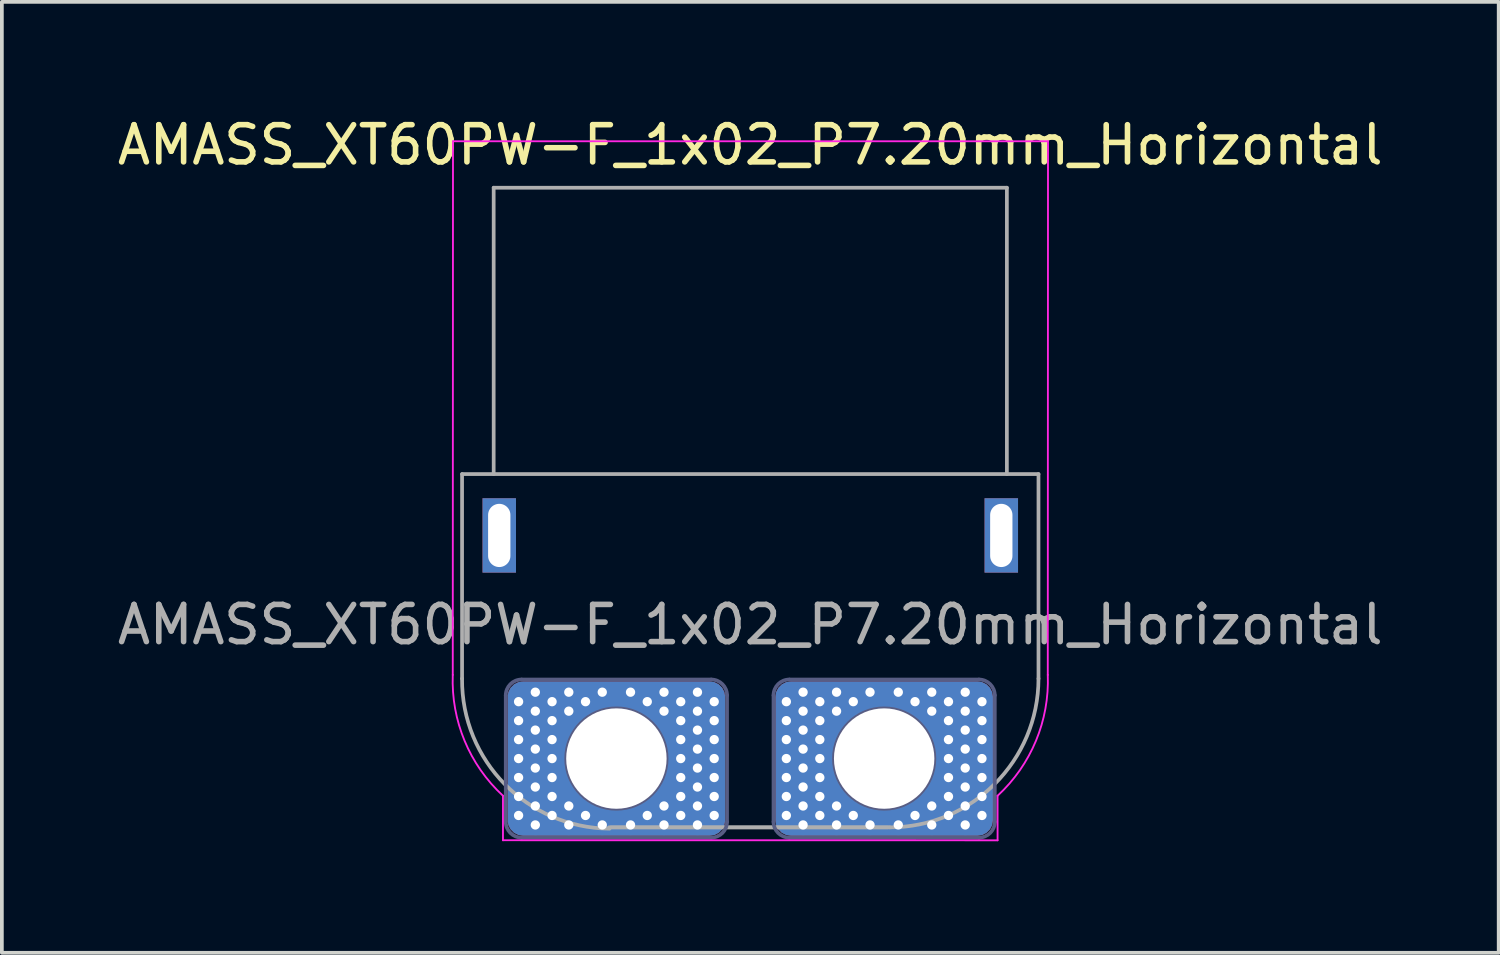
<source format=kicad_pcb>
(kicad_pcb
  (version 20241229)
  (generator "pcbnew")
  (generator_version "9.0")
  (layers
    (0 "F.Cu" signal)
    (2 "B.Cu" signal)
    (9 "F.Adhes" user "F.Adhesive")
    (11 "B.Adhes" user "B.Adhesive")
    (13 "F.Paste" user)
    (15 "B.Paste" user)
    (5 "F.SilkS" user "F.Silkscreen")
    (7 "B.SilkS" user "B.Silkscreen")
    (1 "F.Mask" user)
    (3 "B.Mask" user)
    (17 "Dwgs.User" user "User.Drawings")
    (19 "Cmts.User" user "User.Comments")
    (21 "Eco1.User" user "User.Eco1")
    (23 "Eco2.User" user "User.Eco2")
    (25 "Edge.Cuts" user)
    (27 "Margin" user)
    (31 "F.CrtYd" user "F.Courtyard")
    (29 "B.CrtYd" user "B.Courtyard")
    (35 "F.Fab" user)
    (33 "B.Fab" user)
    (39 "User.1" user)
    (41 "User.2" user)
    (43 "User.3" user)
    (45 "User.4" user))
  (footprint "AMASS_XT60PW-F_1x02_P7.20mm_Horizontal"
    (layer "F.Cu")
    (at 20.725 17.348)
    (property "Reference" "AMASS_XT60PW-F_1x02_P7.20mm_Horizontal" (at -3.6 -16.5 0) (layer "F.SilkS") (effects (font (size 1 1) (thickness 0.15))))
    (attr through_hole)
    (fp_line (start -11.594 -16.6) (end -11.6 -2.25) (stroke (width 0.05) (type solid)) (layer "F.CrtYd"))
    (fp_line (start -11.594 -16.6) (end 4.406 -16.6) (stroke (width 0.05) (type solid)) (layer "F.CrtYd"))
    (fp_line (start -10.25 1) (end -10.25 2.198) (stroke (width 0.05) (type solid)) (layer "F.CrtYd"))
    (fp_line (start 3.05 1) (end 3.05 2.198) (stroke (width 0.05) (type solid)) (layer "F.CrtYd"))
    (fp_line (start 3.05 2.198) (end -10.25 2.196) (stroke (width 0.05) (type solid)) (layer "F.CrtYd"))
    (fp_line (start 4.406 -16.6) (end 4.4 -2.25) (stroke (width 0.05) (type solid)) (layer "F.CrtYd"))
    (fp_arc (start -10.25 1) (mid -11.281741 -0.476815) (end -11.6 -2.25) (stroke (width 0.05) (type solid)) (layer "F.CrtYd"))
    (fp_arc (start 4.4 -2.25) (mid 4.081744 -0.476814) (end 3.05 1) (stroke (width 0.05) (type solid)) (layer "F.CrtYd"))
    (fp_line (start -10.175 1.7) (end -10.175 -1.7) (stroke (width 0.1) (type default)) (layer "B.Fab"))
    (fp_line (start -9.75 -2.125) (end -4.65 -2.125) (stroke (width 0.1) (type default)) (layer "B.Fab"))
    (fp_line (start -4.65 2.125) (end -9.75 2.125) (stroke (width 0.1) (type default)) (layer "B.Fab"))
    (fp_line (start -4.225 -1.7) (end -4.225 1.7) (stroke (width 0.1) (type default)) (layer "B.Fab"))
    (fp_line (start -2.975 1.7) (end -2.975 -1.7) (stroke (width 0.1) (type default)) (layer "B.Fab"))
    (fp_line (start -2.55 -2.125) (end 2.55 -2.125) (stroke (width 0.1) (type default)) (layer "B.Fab"))
    (fp_line (start 2.55 2.125) (end -2.55 2.125) (stroke (width 0.1) (type default)) (layer "B.Fab"))
    (fp_line (start 2.975 -1.7) (end 2.975 1.7) (stroke (width 0.1) (type default)) (layer "B.Fab"))
    (fp_arc (start -10.175 -1.7) (mid -10.05052 -2.00052) (end -9.75 -2.125) (stroke (width 0.1) (type default)) (layer "B.Fab"))
    (fp_arc (start -9.75 2.125) (mid -10.05052 2.00052) (end -10.175 1.7) (stroke (width 0.1) (type default)) (layer "B.Fab"))
    (fp_arc (start -4.65 -2.125) (mid -4.34948 -2.00052) (end -4.225 -1.7) (stroke (width 0.1) (type default)) (layer "B.Fab"))
    (fp_arc (start -4.225 1.7) (mid -4.34948 2.00052) (end -4.65 2.125) (stroke (width 0.1) (type default)) (layer "B.Fab"))
    (fp_arc (start -2.975 -1.7) (mid -2.85052 -2.00052) (end -2.55 -2.125) (stroke (width 0.1) (type default)) (layer "B.Fab"))
    (fp_arc (start -2.55 2.125) (mid -2.85052 2.00052) (end -2.975 1.7) (stroke (width 0.1) (type default)) (layer "B.Fab"))
    (fp_arc (start 2.55 -2.125) (mid 2.85052 -2.00052) (end 2.975 -1.7) (stroke (width 0.1) (type default)) (layer "B.Fab"))
    (fp_arc (start 2.975 1.7) (mid 2.85052 2.00052) (end 2.55 2.125) (stroke (width 0.1) (type default)) (layer "B.Fab"))
    (fp_circle (center -7.2 0) (end -5.85 0) (stroke (width 0.1) (type default)) (fill no) (layer "B.Fab"))
    (fp_circle (center 0 0) (end 1.35 0) (stroke (width 0.1) (type default)) (fill no) (layer "B.Fab"))
    (fp_line (start -11.35 -7.65) (end -11.35 -2.15) (stroke (width 0.1) (type solid)) (layer "F.Fab"))
    (fp_line (start -11.35 -7.65) (end 4.15 -7.65) (stroke (width 0.1) (type solid)) (layer "F.Fab"))
    (fp_line (start -10.5 -15.35) (end 3.3 -15.35) (stroke (width 0.1) (type solid)) (layer "F.Fab"))
    (fp_line (start -10.5 -7.65) (end -10.5 -15.35) (stroke (width 0.1) (type solid)) (layer "F.Fab"))
    (fp_line (start -7.4 1.85) (end 0.1 1.85) (stroke (width 0.1) (type solid)) (layer "F.Fab"))
    (fp_line (start -7.35 1.85) (end 0.15 1.85) (stroke (width 0.1) (type solid)) (layer "F.Fab"))
    (fp_line (start 3.3 -7.65) (end 3.3 -15.35) (stroke (width 0.1) (type solid)) (layer "F.Fab"))
    (fp_line (start 4.15 -7.65) (end 4.15 -2.15) (stroke (width 0.1) (type solid)) (layer "F.Fab"))
    (fp_arc (start -7.385 1.885) (mid -10.203176 0.688678) (end -11.35 -2.15) (stroke (width 0.1) (type solid)) (layer "F.Fab"))
    (fp_arc (start 4.15 -2.15) (mid 2.978427 0.678427) (end 0.15 1.85) (stroke (width 0.1) (type solid)) (layer "F.Fab"))
    (fp_circle (center -0.05 0) (end 0.2 0) (stroke (width 0.1) (type solid)) (fill no) (layer "F.Fab"))
    (fp_text user "${REFERENCE}" (at -3.6 -3.6 0) (layer "F.Fab") (effects (font (size 1 1) (thickness 0.15))))
    (pad "1" thru_hole circle (at -2.63 -1.53 90) (size 0.55 0.55) (drill 0.25) (layers "*.Cu"))
    (pad "1" thru_hole circle (at -2.63 -1.02 90) (size 0.55 0.55) (drill 0.25) (layers "*.Cu"))
    (pad "1" thru_hole circle (at -2.63 -0.51 90) (size 0.55 0.55) (drill 0.25) (layers "*.Cu"))
    (pad "1" thru_hole circle (at -2.63 0 90) (size 0.55 0.55) (drill 0.25) (layers "*.Cu"))
    (pad "1" thru_hole circle (at -2.63 0.51 90) (size 0.55 0.55) (drill 0.25) (layers "*.Cu"))
    (pad "1" thru_hole circle (at -2.63 1.02 90) (size 0.55 0.55) (drill 0.25) (layers "*.Cu"))
    (pad "1" thru_hole circle (at -2.63 1.53 90) (size 0.55 0.55) (drill 0.25) (layers "*.Cu"))
    (pad "1" thru_hole circle (at -2.18 -1.785 90) (size 0.55 0.55) (drill 0.25) (layers "*.Cu"))
    (pad "1" thru_hole circle (at -2.18 -1.275 90) (size 0.55 0.55) (drill 0.25) (layers "*.Cu"))
    (pad "1" thru_hole circle (at -2.18 -0.765 90) (size 0.55 0.55) (drill 0.25) (layers "*.Cu"))
    (pad "1" thru_hole circle (at -2.18 -0.255 90) (size 0.55 0.55) (drill 0.25) (layers "*.Cu"))
    (pad "1" thru_hole circle (at -2.18 0.255 90) (size 0.55 0.55) (drill 0.25) (layers "*.Cu"))
    (pad "1" thru_hole circle (at -2.18 0.765 90) (size 0.55 0.55) (drill 0.25) (layers "*.Cu"))
    (pad "1" thru_hole circle (at -2.18 1.275 90) (size 0.55 0.55) (drill 0.25) (layers "*.Cu"))
    (pad "1" thru_hole circle (at -2.18 1.785 90) (size 0.55 0.55) (drill 0.25) (layers "*.Cu"))
    (pad "1" thru_hole circle (at -1.73 -1.53 90) (size 0.55 0.55) (drill 0.25) (layers "*.Cu"))
    (pad "1" thru_hole circle (at -1.73 -1.02 90) (size 0.55 0.55) (drill 0.25) (layers "*.Cu"))
    (pad "1" thru_hole circle (at -1.73 -0.51 90) (size 0.55 0.55) (drill 0.25) (layers "*.Cu"))
    (pad "1" thru_hole circle (at -1.73 0 90) (size 0.55 0.55) (drill 0.25) (layers "*.Cu"))
    (pad "1" thru_hole circle (at -1.73 0.51 90) (size 0.55 0.55) (drill 0.25) (layers "*.Cu"))
    (pad "1" thru_hole circle (at -1.73 1.02 90) (size 0.55 0.55) (drill 0.25) (layers "*.Cu"))
    (pad "1" thru_hole circle (at -1.73 1.53 90) (size 0.55 0.55) (drill 0.25) (layers "*.Cu"))
    (pad "1" thru_hole circle (at -1.28 -1.785 90) (size 0.55 0.55) (drill 0.25) (layers "*.Cu"))
    (pad "1" thru_hole circle (at -1.28 -1.275 90) (size 0.55 0.55) (drill 0.25) (layers "*.Cu"))
    (pad "1" thru_hole circle (at -1.28 1.275 90) (size 0.55 0.55) (drill 0.25) (layers "*.Cu"))
    (pad "1" thru_hole circle (at -1.28 1.785 90) (size 0.55 0.55) (drill 0.25) (layers "*.Cu"))
    (pad "1" thru_hole circle (at -0.83 -1.53 90) (size 0.55 0.55) (drill 0.25) (layers "*.Cu"))
    (pad "1" thru_hole circle (at -0.83 1.53 90) (size 0.55 0.55) (drill 0.25) (layers "*.Cu"))
    (pad "1" thru_hole circle (at -0.38 -1.785 90) (size 0.55 0.55) (drill 0.25) (layers "*.Cu"))
    (pad "1" thru_hole circle (at -0.38 1.785 90) (size 0.55 0.55) (drill 0.25) (layers "*.Cu"))
    (pad "1" thru_hole roundrect (at 0 0) (size 5.85 4.15) (drill 2.7) (layers "*.Cu" "*.Mask") (roundrect_rratio 0.1))
    (pad "1" thru_hole circle (at 0.38 -1.785 270) (size 0.55 0.55) (drill 0.25) (layers "*.Cu"))
    (pad "1" thru_hole circle (at 0.38 1.785 270) (size 0.55 0.55) (drill 0.25) (layers "*.Cu"))
    (pad "1" thru_hole circle (at 0.83 -1.53 270) (size 0.55 0.55) (drill 0.25) (layers "*.Cu"))
    (pad "1" thru_hole circle (at 0.83 1.53 270) (size 0.55 0.55) (drill 0.25) (layers "*.Cu"))
    (pad "1" thru_hole circle (at 1.28 -1.785 270) (size 0.55 0.55) (drill 0.25) (layers "*.Cu"))
    (pad "1" thru_hole circle (at 1.28 -1.275 270) (size 0.55 0.55) (drill 0.25) (layers "*.Cu"))
    (pad "1" thru_hole circle (at 1.28 1.275 270) (size 0.55 0.55) (drill 0.25) (layers "*.Cu"))
    (pad "1" thru_hole circle (at 1.28 1.785 270) (size 0.55 0.55) (drill 0.25) (layers "*.Cu"))
    (pad "1" thru_hole circle (at 1.73 -1.53 270) (size 0.55 0.55) (drill 0.25) (layers "*.Cu"))
    (pad "1" thru_hole circle (at 1.73 -1.02 270) (size 0.55 0.55) (drill 0.25) (layers "*.Cu"))
    (pad "1" thru_hole circle (at 1.73 -0.51 270) (size 0.55 0.55) (drill 0.25) (layers "*.Cu"))
    (pad "1" thru_hole circle (at 1.73 0 270) (size 0.55 0.55) (drill 0.25) (layers "*.Cu"))
    (pad "1" thru_hole circle (at 1.73 0.51 270) (size 0.55 0.55) (drill 0.25) (layers "*.Cu"))
    (pad "1" thru_hole circle (at 1.73 1.02 270) (size 0.55 0.55) (drill 0.25) (layers "*.Cu"))
    (pad "1" thru_hole circle (at 1.73 1.53 270) (size 0.55 0.55) (drill 0.25) (layers "*.Cu"))
    (pad "1" thru_hole circle (at 2.18 -1.785 270) (size 0.55 0.55) (drill 0.25) (layers "*.Cu"))
    (pad "1" thru_hole circle (at 2.18 -1.275 270) (size 0.55 0.55) (drill 0.25) (layers "*.Cu"))
    (pad "1" thru_hole circle (at 2.18 -0.765 270) (size 0.55 0.55) (drill 0.25) (layers "*.Cu"))
    (pad "1" thru_hole circle (at 2.18 -0.255 270) (size 0.55 0.55) (drill 0.25) (layers "*.Cu"))
    (pad "1" thru_hole circle (at 2.18 0.255 270) (size 0.55 0.55) (drill 0.25) (layers "*.Cu"))
    (pad "1" thru_hole circle (at 2.18 0.765 270) (size 0.55 0.55) (drill 0.25) (layers "*.Cu"))
    (pad "1" thru_hole circle (at 2.18 1.275 270) (size 0.55 0.55) (drill 0.25) (layers "*.Cu"))
    (pad "1" thru_hole circle (at 2.18 1.785 270) (size 0.55 0.55) (drill 0.25) (layers "*.Cu"))
    (pad "1" thru_hole circle (at 2.63 -1.53 270) (size 0.55 0.55) (drill 0.25) (layers "*.Cu"))
    (pad "1" thru_hole circle (at 2.63 -1.02 270) (size 0.55 0.55) (drill 0.25) (layers "*.Cu"))
    (pad "1" thru_hole circle (at 2.63 -0.51 270) (size 0.55 0.55) (drill 0.25) (layers "*.Cu"))
    (pad "1" thru_hole circle (at 2.63 0 270) (size 0.55 0.55) (drill 0.25) (layers "*.Cu"))
    (pad "1" thru_hole circle (at 2.63 0.51 270) (size 0.55 0.55) (drill 0.25) (layers "*.Cu"))
    (pad "1" thru_hole circle (at 2.63 1.02 270) (size 0.55 0.55) (drill 0.25) (layers "*.Cu"))
    (pad "1" thru_hole circle (at 2.63 1.53 270) (size 0.55 0.55) (drill 0.25) (layers "*.Cu"))
    (pad "2" thru_hole circle (at -9.83 -1.53 90) (size 0.55 0.55) (drill 0.25) (layers "*.Cu"))
    (pad "2" thru_hole circle (at -9.83 -1.02 90) (size 0.55 0.55) (drill 0.25) (layers "*.Cu"))
    (pad "2" thru_hole circle (at -9.83 -0.51 90) (size 0.55 0.55) (drill 0.25) (layers "*.Cu"))
    (pad "2" thru_hole circle (at -9.83 0 90) (size 0.55 0.55) (drill 0.25) (layers "*.Cu"))
    (pad "2" thru_hole circle (at -9.83 0.51 90) (size 0.55 0.55) (drill 0.25) (layers "*.Cu"))
    (pad "2" thru_hole circle (at -9.83 1.02 90) (size 0.55 0.55) (drill 0.25) (layers "*.Cu"))
    (pad "2" thru_hole circle (at -9.83 1.53 90) (size 0.55 0.55) (drill 0.25) (layers "*.Cu"))
    (pad "2" thru_hole circle (at -9.38 -1.785 90) (size 0.55 0.55) (drill 0.25) (layers "*.Cu"))
    (pad "2" thru_hole circle (at -9.38 -1.275 90) (size 0.55 0.55) (drill 0.25) (layers "*.Cu"))
    (pad "2" thru_hole circle (at -9.38 -0.765 90) (size 0.55 0.55) (drill 0.25) (layers "*.Cu"))
    (pad "2" thru_hole circle (at -9.38 -0.255 90) (size 0.55 0.55) (drill 0.25) (layers "*.Cu"))
    (pad "2" thru_hole circle (at -9.38 0.255 90) (size 0.55 0.55) (drill 0.25) (layers "*.Cu"))
    (pad "2" thru_hole circle (at -9.38 0.765 90) (size 0.55 0.55) (drill 0.25) (layers "*.Cu"))
    (pad "2" thru_hole circle (at -9.38 1.275 90) (size 0.55 0.55) (drill 0.25) (layers "*.Cu"))
    (pad "2" thru_hole circle (at -9.38 1.785 90) (size 0.55 0.55) (drill 0.25) (layers "*.Cu"))
    (pad "2" thru_hole circle (at -8.93 -1.53 90) (size 0.55 0.55) (drill 0.25) (layers "*.Cu"))
    (pad "2" thru_hole circle (at -8.93 -1.02 90) (size 0.55 0.55) (drill 0.25) (layers "*.Cu"))
    (pad "2" thru_hole circle (at -8.93 -0.51 90) (size 0.55 0.55) (drill 0.25) (layers "*.Cu"))
    (pad "2" thru_hole circle (at -8.93 0 90) (size 0.55 0.55) (drill 0.25) (layers "*.Cu"))
    (pad "2" thru_hole circle (at -8.93 0.51 90) (size 0.55 0.55) (drill 0.25) (layers "*.Cu"))
    (pad "2" thru_hole circle (at -8.93 1.02 90) (size 0.55 0.55) (drill 0.25) (layers "*.Cu"))
    (pad "2" thru_hole circle (at -8.93 1.53 90) (size 0.55 0.55) (drill 0.25) (layers "*.Cu"))
    (pad "2" thru_hole circle (at -8.48 -1.785 90) (size 0.55 0.55) (drill 0.25) (layers "*.Cu"))
    (pad "2" thru_hole circle (at -8.48 -1.275 90) (size 0.55 0.55) (drill 0.25) (layers "*.Cu"))
    (pad "2" thru_hole circle (at -8.48 1.275 90) (size 0.55 0.55) (drill 0.25) (layers "*.Cu"))
    (pad "2" thru_hole circle (at -8.48 1.785 90) (size 0.55 0.55) (drill 0.25) (layers "*.Cu"))
    (pad "2" thru_hole circle (at -8.03 -1.53 90) (size 0.55 0.55) (drill 0.25) (layers "*.Cu"))
    (pad "2" thru_hole circle (at -8.03 1.53 90) (size 0.55 0.55) (drill 0.25) (layers "*.Cu"))
    (pad "2" thru_hole circle (at -7.58 -1.785 90) (size 0.55 0.55) (drill 0.25) (layers "*.Cu"))
    (pad "2" thru_hole circle (at -7.58 1.785 90) (size 0.55 0.55) (drill 0.25) (layers "*.Cu"))
    (pad "2" thru_hole roundrect (at -7.2 0) (size 5.85 4.15) (drill 2.7) (layers "*.Cu" "*.Mask") (roundrect_rratio 0.1))
    (pad "2" thru_hole circle (at -6.82 -1.785 270) (size 0.55 0.55) (drill 0.25) (layers "*.Cu"))
    (pad "2" thru_hole circle (at -6.82 1.785 270) (size 0.55 0.55) (drill 0.25) (layers "*.Cu"))
    (pad "2" thru_hole circle (at -6.37 -1.53 270) (size 0.55 0.55) (drill 0.25) (layers "*.Cu"))
    (pad "2" thru_hole circle (at -6.37 1.53 270) (size 0.55 0.55) (drill 0.25) (layers "*.Cu"))
    (pad "2" thru_hole circle (at -5.92 -1.785 270) (size 0.55 0.55) (drill 0.25) (layers "*.Cu"))
    (pad "2" thru_hole circle (at -5.92 -1.275 270) (size 0.55 0.55) (drill 0.25) (layers "*.Cu"))
    (pad "2" thru_hole circle (at -5.92 1.275 270) (size 0.55 0.55) (drill 0.25) (layers "*.Cu"))
    (pad "2" thru_hole circle (at -5.92 1.785 270) (size 0.55 0.55) (drill 0.25) (layers "*.Cu"))
    (pad "2" thru_hole circle (at -5.47 -1.53 270) (size 0.55 0.55) (drill 0.25) (layers "*.Cu"))
    (pad "2" thru_hole circle (at -5.47 -1.02 270) (size 0.55 0.55) (drill 0.25) (layers "*.Cu"))
    (pad "2" thru_hole circle (at -5.47 -0.51 270) (size 0.55 0.55) (drill 0.25) (layers "*.Cu"))
    (pad "2" thru_hole circle (at -5.47 0 270) (size 0.55 0.55) (drill 0.25) (layers "*.Cu"))
    (pad "2" thru_hole circle (at -5.47 0.51 270) (size 0.55 0.55) (drill 0.25) (layers "*.Cu"))
    (pad "2" thru_hole circle (at -5.47 1.02 270) (size 0.55 0.55) (drill 0.25) (layers "*.Cu"))
    (pad "2" thru_hole circle (at -5.47 1.53 270) (size 0.55 0.55) (drill 0.25) (layers "*.Cu"))
    (pad "2" thru_hole circle (at -5.02 -1.785 270) (size 0.55 0.55) (drill 0.25) (layers "*.Cu"))
    (pad "2" thru_hole circle (at -5.02 -1.275 270) (size 0.55 0.55) (drill 0.25) (layers "*.Cu"))
    (pad "2" thru_hole circle (at -5.02 -0.765 270) (size 0.55 0.55) (drill 0.25) (layers "*.Cu"))
    (pad "2" thru_hole circle (at -5.02 -0.255 270) (size 0.55 0.55) (drill 0.25) (layers "*.Cu"))
    (pad "2" thru_hole circle (at -5.02 0.255 270) (size 0.55 0.55) (drill 0.25) (layers "*.Cu"))
    (pad "2" thru_hole circle (at -5.02 0.765 270) (size 0.55 0.55) (drill 0.25) (layers "*.Cu"))
    (pad "2" thru_hole circle (at -5.02 1.275 270) (size 0.55 0.55) (drill 0.25) (layers "*.Cu"))
    (pad "2" thru_hole circle (at -5.02 1.785 270) (size 0.55 0.55) (drill 0.25) (layers "*.Cu"))
    (pad "2" thru_hole circle (at -4.57 -1.53 270) (size 0.55 0.55) (drill 0.25) (layers "*.Cu"))
    (pad "2" thru_hole circle (at -4.57 -1.02 270) (size 0.55 0.55) (drill 0.25) (layers "*.Cu"))
    (pad "2" thru_hole circle (at -4.57 -0.51 270) (size 0.55 0.55) (drill 0.25) (layers "*.Cu"))
    (pad "2" thru_hole circle (at -4.57 0 270) (size 0.55 0.55) (drill 0.25) (layers "*.Cu"))
    (pad "2" thru_hole circle (at -4.57 0.51 270) (size 0.55 0.55) (drill 0.25) (layers "*.Cu"))
    (pad "2" thru_hole circle (at -4.57 1.02 270) (size 0.55 0.55) (drill 0.25) (layers "*.Cu"))
    (pad "2" thru_hole circle (at -4.57 1.53 270) (size 0.55 0.55) (drill 0.25) (layers "*.Cu"))
    (pad "3" thru_hole rect (at -10.35 -6) (size 0.9 2) (drill oval 0.6 1.7) (layers "*.Cu" "*.Mask"))
    (pad "4" thru_hole rect (at 3.15 -6) (size 0.9 2) (drill oval 0.6 1.7) (layers "*.Cu" "*.Mask")))
  (gr_rect
    (start -3 -3)
    (end 37.25 22.571)
    (stroke (width 0.1) (type default))
    (fill no)
    (layer "Edge.Cuts")))
</source>
